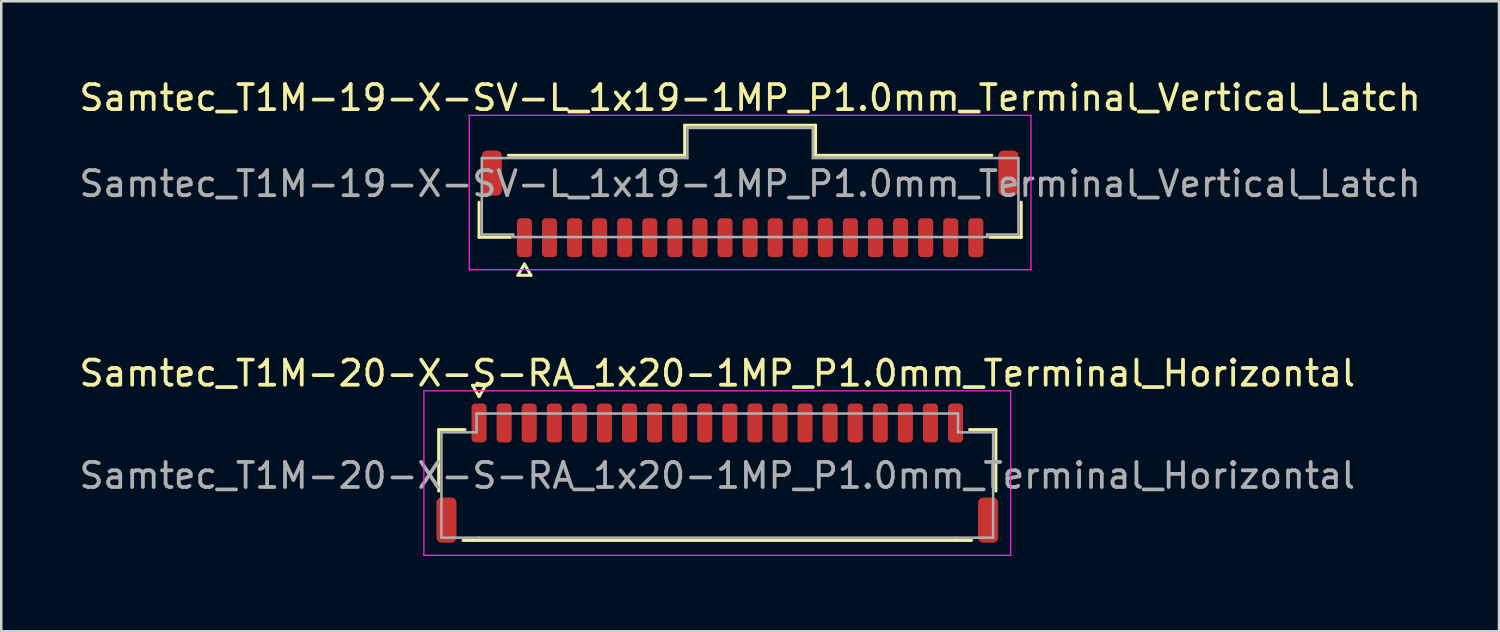
<source format=kicad_pcb>
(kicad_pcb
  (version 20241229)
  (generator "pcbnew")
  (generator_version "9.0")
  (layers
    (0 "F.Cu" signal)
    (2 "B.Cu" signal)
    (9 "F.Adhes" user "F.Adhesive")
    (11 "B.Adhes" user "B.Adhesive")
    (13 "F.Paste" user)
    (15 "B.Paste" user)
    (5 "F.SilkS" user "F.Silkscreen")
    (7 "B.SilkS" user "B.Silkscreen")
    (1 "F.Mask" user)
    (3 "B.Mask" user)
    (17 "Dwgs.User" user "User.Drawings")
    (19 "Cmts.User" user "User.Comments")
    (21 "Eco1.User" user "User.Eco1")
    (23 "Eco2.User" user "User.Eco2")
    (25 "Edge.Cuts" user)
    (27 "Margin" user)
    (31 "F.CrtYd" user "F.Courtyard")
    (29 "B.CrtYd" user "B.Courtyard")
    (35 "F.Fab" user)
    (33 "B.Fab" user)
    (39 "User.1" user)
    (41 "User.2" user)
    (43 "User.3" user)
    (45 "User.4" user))
  (footprint "Samtec_T1M-19-X-SV-L_1x19-1MP_P1.0mm_Terminal_Vertical_Latch"
    (layer "F.Cu")
    (at 26.863 4.278)
    (property "Reference" "Samtec_T1M-19-X-SV-L_1x19-1MP_P1.0mm_Terminal_Vertical_Latch" (at 0 -3.43 0) (layer "F.SilkS") (effects (font (size 1 1) (thickness 0.15))))
    (attr smd)
    (fp_line (start -10.81 2.135) (end -10.81 0.735) (stroke (width 0.12) (type solid)) (layer "F.SilkS"))
    (fp_line (start -9.64 -1.135) (end -2.61 -1.135) (stroke (width 0.12) (type solid)) (layer "F.SilkS"))
    (fp_line (start -9.56 2.135) (end -10.81 2.135) (stroke (width 0.12) (type solid)) (layer "F.SilkS"))
    (fp_line (start -9.26 3.65) (end -9 3.2) (stroke (width 0.12) (type solid)) (layer "F.SilkS"))
    (fp_line (start -9 3.2) (end -8.74 3.65) (stroke (width 0.12) (type solid)) (layer "F.SilkS"))
    (fp_line (start -8.74 3.65) (end -9.26 3.65) (stroke (width 0.12) (type solid)) (layer "F.SilkS"))
    (fp_line (start -2.61 -2.335) (end 2.61 -2.335) (stroke (width 0.12) (type solid)) (layer "F.SilkS"))
    (fp_line (start -2.61 -1.135) (end -2.61 -2.335) (stroke (width 0.12) (type solid)) (layer "F.SilkS"))
    (fp_line (start 2.61 -2.335) (end 2.61 -1.135) (stroke (width 0.12) (type solid)) (layer "F.SilkS"))
    (fp_line (start 2.61 -1.135) (end 9.64 -1.135) (stroke (width 0.12) (type solid)) (layer "F.SilkS"))
    (fp_line (start 10.81 0.735) (end 10.81 2.135) (stroke (width 0.12) (type solid)) (layer "F.SilkS"))
    (fp_line (start 10.81 2.135) (end 9.56 2.135) (stroke (width 0.12) (type solid)) (layer "F.SilkS"))
    (fp_line (start -11.2 -2.73) (end -11.2 3.43) (stroke (width 0.05) (type solid)) (layer "F.CrtYd"))
    (fp_line (start -11.2 3.43) (end 11.2 3.43) (stroke (width 0.05) (type solid)) (layer "F.CrtYd"))
    (fp_line (start 11.2 -2.73) (end -11.2 -2.73) (stroke (width 0.05) (type solid)) (layer "F.CrtYd"))
    (fp_line (start 11.2 3.43) (end 11.2 -2.73) (stroke (width 0.05) (type solid)) (layer "F.CrtYd"))
    (fp_line (start -10.7 -1.025) (end -2.5 -1.025) (stroke (width 0.1) (type solid)) (layer "F.Fab"))
    (fp_line (start -10.7 2.025) (end -10.7 -1.025) (stroke (width 0.1) (type solid)) (layer "F.Fab"))
    (fp_line (start -9.45 2.025) (end -10.7 2.025) (stroke (width 0.1) (type solid)) (layer "F.Fab"))
    (fp_line (start -9.45 2.125) (end -9.45 2.025) (stroke (width 0.1) (type solid)) (layer "F.Fab"))
    (fp_line (start -2.5 -2.225) (end 2.5 -2.225) (stroke (width 0.1) (type solid)) (layer "F.Fab"))
    (fp_line (start -2.5 -1.025) (end -2.5 -2.225) (stroke (width 0.1) (type solid)) (layer "F.Fab"))
    (fp_line (start 2.5 -2.225) (end 2.5 -1.025) (stroke (width 0.1) (type solid)) (layer "F.Fab"))
    (fp_line (start 2.5 -1.025) (end 10.7 -1.025) (stroke (width 0.1) (type solid)) (layer "F.Fab"))
    (fp_line (start 9.45 2.025) (end 9.45 2.125) (stroke (width 0.1) (type solid)) (layer "F.Fab"))
    (fp_line (start 9.45 2.125) (end -9.45 2.125) (stroke (width 0.1) (type solid)) (layer "F.Fab"))
    (fp_line (start 10.7 -1.025) (end 10.7 2.025) (stroke (width 0.1) (type solid)) (layer "F.Fab"))
    (fp_line (start 10.7 2.025) (end 9.45 2.025) (stroke (width 0.1) (type solid)) (layer "F.Fab"))
    (fp_text user "${REFERENCE}" (at 0 0 0) (layer "F.Fab") (effects (font (size 1 1) (thickness 0.15))))
    (pad "1" smd roundrect (at -9 2.15) (size 0.6 1.55) (layers "F.Cu" "F.Mask" "F.Paste") (roundrect_rratio 0.25))
    (pad "2" smd roundrect (at -8 2.15) (size 0.6 1.55) (layers "F.Cu" "F.Mask" "F.Paste") (roundrect_rratio 0.25))
    (pad "3" smd roundrect (at -7 2.15) (size 0.6 1.55) (layers "F.Cu" "F.Mask" "F.Paste") (roundrect_rratio 0.25))
    (pad "4" smd roundrect (at -6 2.15) (size 0.6 1.55) (layers "F.Cu" "F.Mask" "F.Paste") (roundrect_rratio 0.25))
    (pad "5" smd roundrect (at -5 2.15) (size 0.6 1.55) (layers "F.Cu" "F.Mask" "F.Paste") (roundrect_rratio 0.25))
    (pad "6" smd roundrect (at -4 2.15) (size 0.6 1.55) (layers "F.Cu" "F.Mask" "F.Paste") (roundrect_rratio 0.25))
    (pad "7" smd roundrect (at -3 2.15) (size 0.6 1.55) (layers "F.Cu" "F.Mask" "F.Paste") (roundrect_rratio 0.25))
    (pad "8" smd roundrect (at -2 2.15) (size 0.6 1.55) (layers "F.Cu" "F.Mask" "F.Paste") (roundrect_rratio 0.25))
    (pad "9" smd roundrect (at -1 2.15) (size 0.6 1.55) (layers "F.Cu" "F.Mask" "F.Paste") (roundrect_rratio 0.25))
    (pad "10" smd roundrect (at 0 2.15) (size 0.6 1.55) (layers "F.Cu" "F.Mask" "F.Paste") (roundrect_rratio 0.25))
    (pad "11" smd roundrect (at 1 2.15) (size 0.6 1.55) (layers "F.Cu" "F.Mask" "F.Paste") (roundrect_rratio 0.25))
    (pad "12" smd roundrect (at 2 2.15) (size 0.6 1.55) (layers "F.Cu" "F.Mask" "F.Paste") (roundrect_rratio 0.25))
    (pad "13" smd roundrect (at 3 2.15) (size 0.6 1.55) (layers "F.Cu" "F.Mask" "F.Paste") (roundrect_rratio 0.25))
    (pad "14" smd roundrect (at 4 2.15) (size 0.6 1.55) (layers "F.Cu" "F.Mask" "F.Paste") (roundrect_rratio 0.25))
    (pad "15" smd roundrect (at 5 2.15) (size 0.6 1.55) (layers "F.Cu" "F.Mask" "F.Paste") (roundrect_rratio 0.25))
    (pad "16" smd roundrect (at 6 2.15) (size 0.6 1.55) (layers "F.Cu" "F.Mask" "F.Paste") (roundrect_rratio 0.25))
    (pad "17" smd roundrect (at 7 2.15) (size 0.6 1.55) (layers "F.Cu" "F.Mask" "F.Paste") (roundrect_rratio 0.25))
    (pad "18" smd roundrect (at 8 2.15) (size 0.6 1.55) (layers "F.Cu" "F.Mask" "F.Paste") (roundrect_rratio 0.25))
    (pad "19" smd roundrect (at 9 2.15) (size 0.6 1.55) (layers "F.Cu" "F.Mask" "F.Paste") (roundrect_rratio 0.25))
    (pad "MP" smd roundrect (at -10.3 -0.425) (size 0.8 1.8) (layers "F.Cu" "F.Mask" "F.Paste") (roundrect_rratio 0.25))
    (pad "MP" smd roundrect (at 10.3 -0.425) (size 0.8 1.8) (layers "F.Cu" "F.Mask" "F.Paste") (roundrect_rratio 0.25)))
  (footprint "Samtec_T1M-20-X-S-RA_1x20-1MP_P1.0mm_Terminal_Horizontal"
    (layer "F.Cu")
    (at 25.554 15.916)
    (property "Reference" "Samtec_T1M-20-X-S-RA_1x20-1MP_P1.0mm_Terminal_Horizontal" (at 0 -4.08 0) (layer "F.SilkS") (effects (font (size 1 1) (thickness 0.15))))
    (attr smd)
    (fp_line (start -11.11 -1.835) (end -10.06 -1.835) (stroke (width 0.12) (type solid)) (layer "F.SilkS"))
    (fp_line (start -11.11 0.615) (end -11.11 -1.835) (stroke (width 0.12) (type solid)) (layer "F.SilkS"))
    (fp_line (start -9.76 -3.6) (end -9.5 -3.15) (stroke (width 0.12) (type solid)) (layer "F.SilkS"))
    (fp_line (start -9.5 -3.15) (end -9.24 -3.6) (stroke (width 0.12) (type solid)) (layer "F.SilkS"))
    (fp_line (start -9.5 2.585) (end -10.14 2.585) (stroke (width 0.12) (type solid)) (layer "F.SilkS"))
    (fp_line (start -9.24 -3.6) (end -9.76 -3.6) (stroke (width 0.12) (type solid)) (layer "F.SilkS"))
    (fp_line (start 9.5 2.585) (end -9.5 2.585) (stroke (width 0.12) (type solid)) (layer "F.SilkS"))
    (fp_line (start 10.06 -1.835) (end 11.11 -1.835) (stroke (width 0.12) (type solid)) (layer "F.SilkS"))
    (fp_line (start 10.14 2.585) (end 9.5 2.585) (stroke (width 0.12) (type solid)) (layer "F.SilkS"))
    (fp_line (start 11.11 -1.835) (end 11.11 0.615) (stroke (width 0.12) (type solid)) (layer "F.SilkS"))
    (fp_line (start -11.7 -3.38) (end -11.7 3.18) (stroke (width 0.05) (type solid)) (layer "F.CrtYd"))
    (fp_line (start -11.7 3.18) (end 11.7 3.18) (stroke (width 0.05) (type solid)) (layer "F.CrtYd"))
    (fp_line (start 11.7 -3.38) (end -11.7 -3.38) (stroke (width 0.05) (type solid)) (layer "F.CrtYd"))
    (fp_line (start 11.7 3.18) (end 11.7 -3.38) (stroke (width 0.05) (type solid)) (layer "F.CrtYd"))
    (fp_line (start -11 -1.725) (end -9.6 -1.725) (stroke (width 0.1) (type solid)) (layer "F.Fab"))
    (fp_line (start -11 2.475) (end -11 -1.725) (stroke (width 0.1) (type solid)) (layer "F.Fab"))
    (fp_line (start -9.6 -2.475) (end -9.5 -2.475) (stroke (width 0.1) (type solid)) (layer "F.Fab"))
    (fp_line (start -9.6 -1.725) (end -9.6 -2.475) (stroke (width 0.1) (type solid)) (layer "F.Fab"))
    (fp_line (start -9.5 -2.475) (end 9.5 -2.475) (stroke (width 0.1) (type solid)) (layer "F.Fab"))
    (fp_line (start -9.5 2.475) (end -11 2.475) (stroke (width 0.1) (type solid)) (layer "F.Fab"))
    (fp_line (start 9.5 -2.475) (end 9.6 -2.475) (stroke (width 0.1) (type solid)) (layer "F.Fab"))
    (fp_line (start 9.5 2.475) (end -9.5 2.475) (stroke (width 0.1) (type solid)) (layer "F.Fab"))
    (fp_line (start 9.6 -2.475) (end 9.6 -1.725) (stroke (width 0.1) (type solid)) (layer "F.Fab"))
    (fp_line (start 9.6 -1.725) (end 11 -1.725) (stroke (width 0.1) (type solid)) (layer "F.Fab"))
    (fp_line (start 11 -1.725) (end 11 2.475) (stroke (width 0.1) (type solid)) (layer "F.Fab"))
    (fp_line (start 11 2.475) (end 9.5 2.475) (stroke (width 0.1) (type solid)) (layer "F.Fab"))
    (fp_text user "${REFERENCE}" (at 0 0 0) (layer "F.Fab") (effects (font (size 1 1) (thickness 0.15))))
    (pad "1" smd roundrect (at -9.5 -2.1) (size 0.6 1.55) (layers "F.Cu" "F.Mask" "F.Paste") (roundrect_rratio 0.25))
    (pad "2" smd roundrect (at -8.5 -2.1) (size 0.6 1.55) (layers "F.Cu" "F.Mask" "F.Paste") (roundrect_rratio 0.25))
    (pad "3" smd roundrect (at -7.5 -2.1) (size 0.6 1.55) (layers "F.Cu" "F.Mask" "F.Paste") (roundrect_rratio 0.25))
    (pad "4" smd roundrect (at -6.5 -2.1) (size 0.6 1.55) (layers "F.Cu" "F.Mask" "F.Paste") (roundrect_rratio 0.25))
    (pad "5" smd roundrect (at -5.5 -2.1) (size 0.6 1.55) (layers "F.Cu" "F.Mask" "F.Paste") (roundrect_rratio 0.25))
    (pad "6" smd roundrect (at -4.5 -2.1) (size 0.6 1.55) (layers "F.Cu" "F.Mask" "F.Paste") (roundrect_rratio 0.25))
    (pad "7" smd roundrect (at -3.5 -2.1) (size 0.6 1.55) (layers "F.Cu" "F.Mask" "F.Paste") (roundrect_rratio 0.25))
    (pad "8" smd roundrect (at -2.5 -2.1) (size 0.6 1.55) (layers "F.Cu" "F.Mask" "F.Paste") (roundrect_rratio 0.25))
    (pad "9" smd roundrect (at -1.5 -2.1) (size 0.6 1.55) (layers "F.Cu" "F.Mask" "F.Paste") (roundrect_rratio 0.25))
    (pad "10" smd roundrect (at -0.5 -2.1) (size 0.6 1.55) (layers "F.Cu" "F.Mask" "F.Paste") (roundrect_rratio 0.25))
    (pad "11" smd roundrect (at 0.5 -2.1) (size 0.6 1.55) (layers "F.Cu" "F.Mask" "F.Paste") (roundrect_rratio 0.25))
    (pad "12" smd roundrect (at 1.5 -2.1) (size 0.6 1.55) (layers "F.Cu" "F.Mask" "F.Paste") (roundrect_rratio 0.25))
    (pad "13" smd roundrect (at 2.5 -2.1) (size 0.6 1.55) (layers "F.Cu" "F.Mask" "F.Paste") (roundrect_rratio 0.25))
    (pad "14" smd roundrect (at 3.5 -2.1) (size 0.6 1.55) (layers "F.Cu" "F.Mask" "F.Paste") (roundrect_rratio 0.25))
    (pad "15" smd roundrect (at 4.5 -2.1) (size 0.6 1.55) (layers "F.Cu" "F.Mask" "F.Paste") (roundrect_rratio 0.25))
    (pad "16" smd roundrect (at 5.5 -2.1) (size 0.6 1.55) (layers "F.Cu" "F.Mask" "F.Paste") (roundrect_rratio 0.25))
    (pad "17" smd roundrect (at 6.5 -2.1) (size 0.6 1.55) (layers "F.Cu" "F.Mask" "F.Paste") (roundrect_rratio 0.25))
    (pad "18" smd roundrect (at 7.5 -2.1) (size 0.6 1.55) (layers "F.Cu" "F.Mask" "F.Paste") (roundrect_rratio 0.25))
    (pad "19" smd roundrect (at 8.5 -2.1) (size 0.6 1.55) (layers "F.Cu" "F.Mask" "F.Paste") (roundrect_rratio 0.25))
    (pad "20" smd roundrect (at 9.5 -2.1) (size 0.6 1.55) (layers "F.Cu" "F.Mask" "F.Paste") (roundrect_rratio 0.25))
    (pad "MP" smd roundrect (at -10.8 1.775) (size 0.8 1.8) (layers "F.Cu" "F.Mask" "F.Paste") (roundrect_rratio 0.25))
    (pad "MP" smd roundrect (at 10.8 1.775) (size 0.8 1.8) (layers "F.Cu" "F.Mask" "F.Paste") (roundrect_rratio 0.25)))
  (gr_rect
    (start -3 -3)
    (end 56.726 22.122)
    (stroke (width 0.1) (type default))
    (fill no)
    (layer "Edge.Cuts")))
</source>
